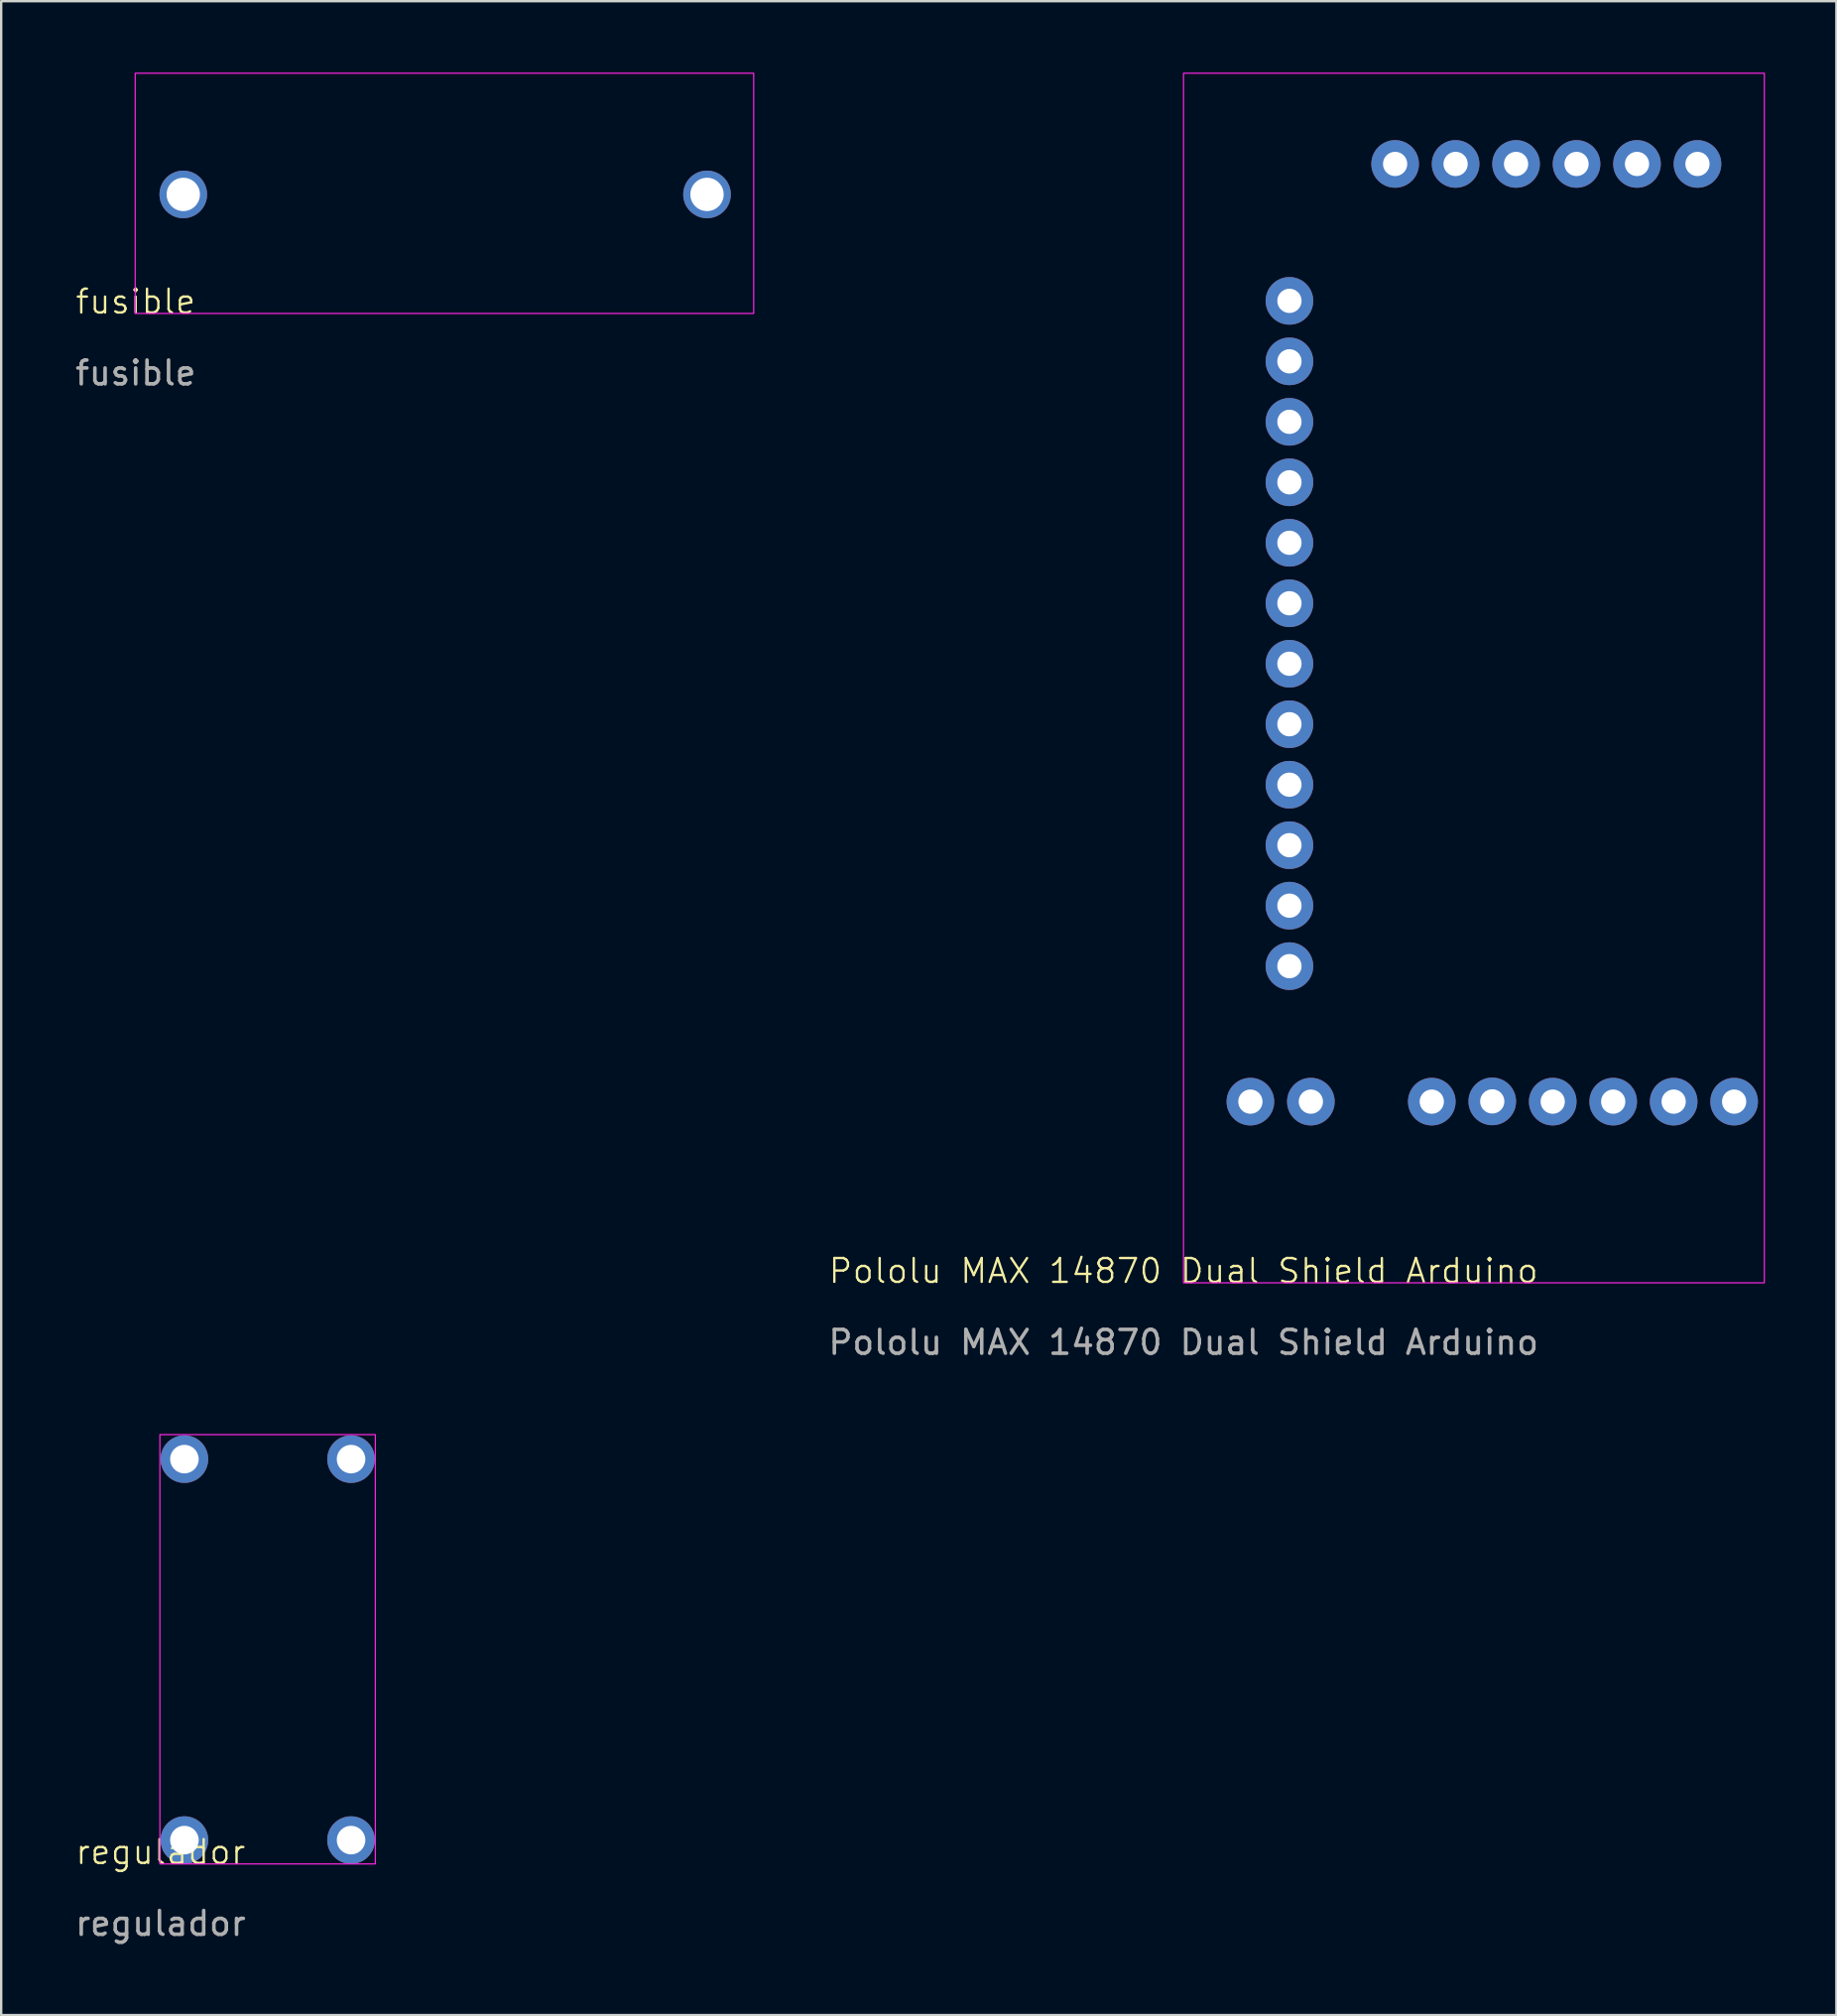
<source format=kicad_pcb>
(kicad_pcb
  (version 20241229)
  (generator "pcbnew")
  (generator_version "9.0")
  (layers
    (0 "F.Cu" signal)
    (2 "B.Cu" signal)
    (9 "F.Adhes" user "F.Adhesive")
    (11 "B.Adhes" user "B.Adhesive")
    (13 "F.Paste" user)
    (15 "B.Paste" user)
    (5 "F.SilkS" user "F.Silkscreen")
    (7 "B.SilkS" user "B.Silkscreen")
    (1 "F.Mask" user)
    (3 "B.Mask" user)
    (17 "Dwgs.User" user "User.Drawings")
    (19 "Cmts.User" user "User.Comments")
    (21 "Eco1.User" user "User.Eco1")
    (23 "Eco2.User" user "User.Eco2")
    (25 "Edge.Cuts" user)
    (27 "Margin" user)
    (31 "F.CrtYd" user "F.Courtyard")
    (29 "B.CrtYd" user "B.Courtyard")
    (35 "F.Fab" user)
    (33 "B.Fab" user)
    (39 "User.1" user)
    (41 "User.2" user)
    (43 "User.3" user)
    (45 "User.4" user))
  (footprint "Pololu MAX 14870 Dual Shield Arduino"
    (layer "F.Cu")
    (at 46.664 50.825)
    (property "Reference" "Pololu MAX 14870 Dual Shield Arduino" (at 0 -0.5 0) (unlocked yes) (layer "F.SilkS") (effects (font (size 1 1) (thickness 0.1))))
    (attr smd)
    (fp_rect (start 0 0) (end 24.4 -50.8) (stroke (width 0.05) (type default)) (fill no) (layer "F.CrtYd"))
    (fp_text user "${REFERENCE}" (at 0 2.5 0) (unlocked yes) (layer "F.Fab") (effects (font (size 1 1) (thickness 0.15))))
    (pad "1" thru_hole circle (at 8.89 -46.99) (size 2 2) (drill 1.02) (layers "*.Cu" "*.Mask"))
    (pad "2" thru_hole circle (at 11.43 -46.99) (size 2 2) (drill 1.02) (layers "*.Cu" "*.Mask"))
    (pad "3" thru_hole circle (at 13.97 -46.99) (size 2 2) (drill 1.02) (layers "*.Cu" "*.Mask"))
    (pad "4" thru_hole circle (at 16.51 -46.99) (size 2 2) (drill 1.02) (layers "*.Cu" "*.Mask"))
    (pad "5" thru_hole circle (at 19.05 -46.99) (size 2 2) (drill 1.02) (layers "*.Cu" "*.Mask"))
    (pad "6" thru_hole circle (at 21.59 -46.99) (size 2 2) (drill 1.02) (layers "*.Cu" "*.Mask"))
    (pad "7" thru_hole circle (at 4.45 -41.24) (size 2 2) (drill 1.02) (layers "*.Cu" "*.Mask"))
    (pad "8" thru_hole circle (at 4.45 -38.7) (size 2 2) (drill 1.02) (layers "*.Cu" "*.Mask"))
    (pad "9" thru_hole circle (at 4.45 -36.16) (size 2 2) (drill 1.02) (layers "*.Cu" "*.Mask"))
    (pad "10" thru_hole circle (at 4.45 -33.62) (size 2 2) (drill 1.02) (layers "*.Cu" "*.Mask"))
    (pad "11" thru_hole circle (at 4.45 -31.08) (size 2 2) (drill 1.02) (layers "*.Cu" "*.Mask"))
    (pad "12" thru_hole circle (at 4.45 -28.54) (size 2 2) (drill 1.02) (layers "*.Cu" "*.Mask"))
    (pad "13" thru_hole circle (at 4.45 -26) (size 2 2) (drill 1.02) (layers "*.Cu" "*.Mask"))
    (pad "14" thru_hole circle (at 4.45 -23.46) (size 2 2) (drill 1.02) (layers "*.Cu" "*.Mask"))
    (pad "15" thru_hole circle (at 4.45 -20.92) (size 2 2) (drill 1.02) (layers "*.Cu" "*.Mask"))
    (pad "16" thru_hole circle (at 4.45 -18.38) (size 2 2) (drill 1.02) (layers "*.Cu" "*.Mask"))
    (pad "17" thru_hole circle (at 4.45 -15.84) (size 2 2) (drill 1.02) (layers "*.Cu" "*.Mask"))
    (pad "18" thru_hole circle (at 4.45 -13.3) (size 2 2) (drill 1.02) (layers "*.Cu" "*.Mask"))
    (pad "19" thru_hole circle (at 23.13 -7.61) (size 2 2) (drill 1.02) (layers "*.Cu" "*.Mask"))
    (pad "20" thru_hole circle (at 20.59 -7.61) (size 2 2) (drill 1.02) (layers "*.Cu" "*.Mask"))
    (pad "21" thru_hole circle (at 18.05 -7.61) (size 2 2) (drill 1.02) (layers "*.Cu" "*.Mask"))
    (pad "22" thru_hole circle (at 15.51 -7.61) (size 2 2) (drill 1.02) (layers "*.Cu" "*.Mask"))
    (pad "23" thru_hole circle (at 12.97 -7.62) (size 2 2) (drill 1.02) (layers "*.Cu" "*.Mask"))
    (pad "24" thru_hole circle (at 10.43 -7.61) (size 2 2) (drill 1.02) (layers "*.Cu" "*.Mask"))
    (pad "25" thru_hole circle (at 5.35 -7.61) (size 2 2) (drill 1.02) (layers "*.Cu" "*.Mask"))
    (pad "26" thru_hole circle (at 2.81 -7.61) (size 2 2) (drill 1.02) (layers "*.Cu" "*.Mask")))
  (footprint "fusible"
    (layer "F.Cu")
    (at 2.649 10.115)
    (property "Reference" "fusible" (at 0 -0.5 0) (unlocked yes) (layer "F.SilkS") (effects (font (size 1 1) (thickness 0.1))))
    (attr smd)
    (fp_rect (start -0.02 0) (end 25.96 -10.09) (stroke (width 0.05) (type default)) (fill no) (layer "F.CrtYd"))
    (fp_text user "${REFERENCE}" (at 0 2.5 0) (unlocked yes) (layer "F.Fab") (effects (font (size 1 1) (thickness 0.15))))
    (pad "1" thru_hole circle (at 2 -5) (size 2 2) (drill 1.4) (layers "*.Cu" "*.Mask"))
    (pad "2" thru_hole circle (at 24 -5) (size 2 2) (drill 1.4) (layers "*.Cu" "*.Mask")))
  (footprint "regulador"
    (layer "F.Cu")
    (at 3.696 75.228)
    (property "Reference" "regulador" (at 0 -0.5 0) (unlocked yes) (layer "F.SilkS") (effects (font (size 1 1) (thickness 0.1))))
    (attr smd)
    (fp_rect (start -0.03 -18.03) (end 9.02 0) (stroke (width 0.05) (type default)) (fill no) (layer "F.CrtYd"))
    (fp_text user "${REFERENCE}" (at 0 2.5 0) (unlocked yes) (layer "F.Fab") (effects (font (size 1 1) (thickness 0.15))))
    (pad "1" thru_hole circle (at 1 -17) (size 2 2) (drill 1.2) (layers "*.Cu" "*.Mask"))
    (pad "2" thru_hole circle (at 8 -17) (size 2 2) (drill 1.2) (layers "*.Cu" "*.Mask"))
    (pad "3" thru_hole circle (at 1 -1 1.02) (size 2 2) (drill 1.2) (layers "*.Cu" "*.Mask"))
    (pad "4" thru_hole circle (at 8 -1) (size 2 2) (drill 1.2) (layers "*.Cu" "*.Mask")))
  (gr_rect
    (start -3 -3)
    (end 74.089 81.576)
    (stroke (width 0.1) (type default))
    (fill no)
    (layer "Edge.Cuts")))
</source>
